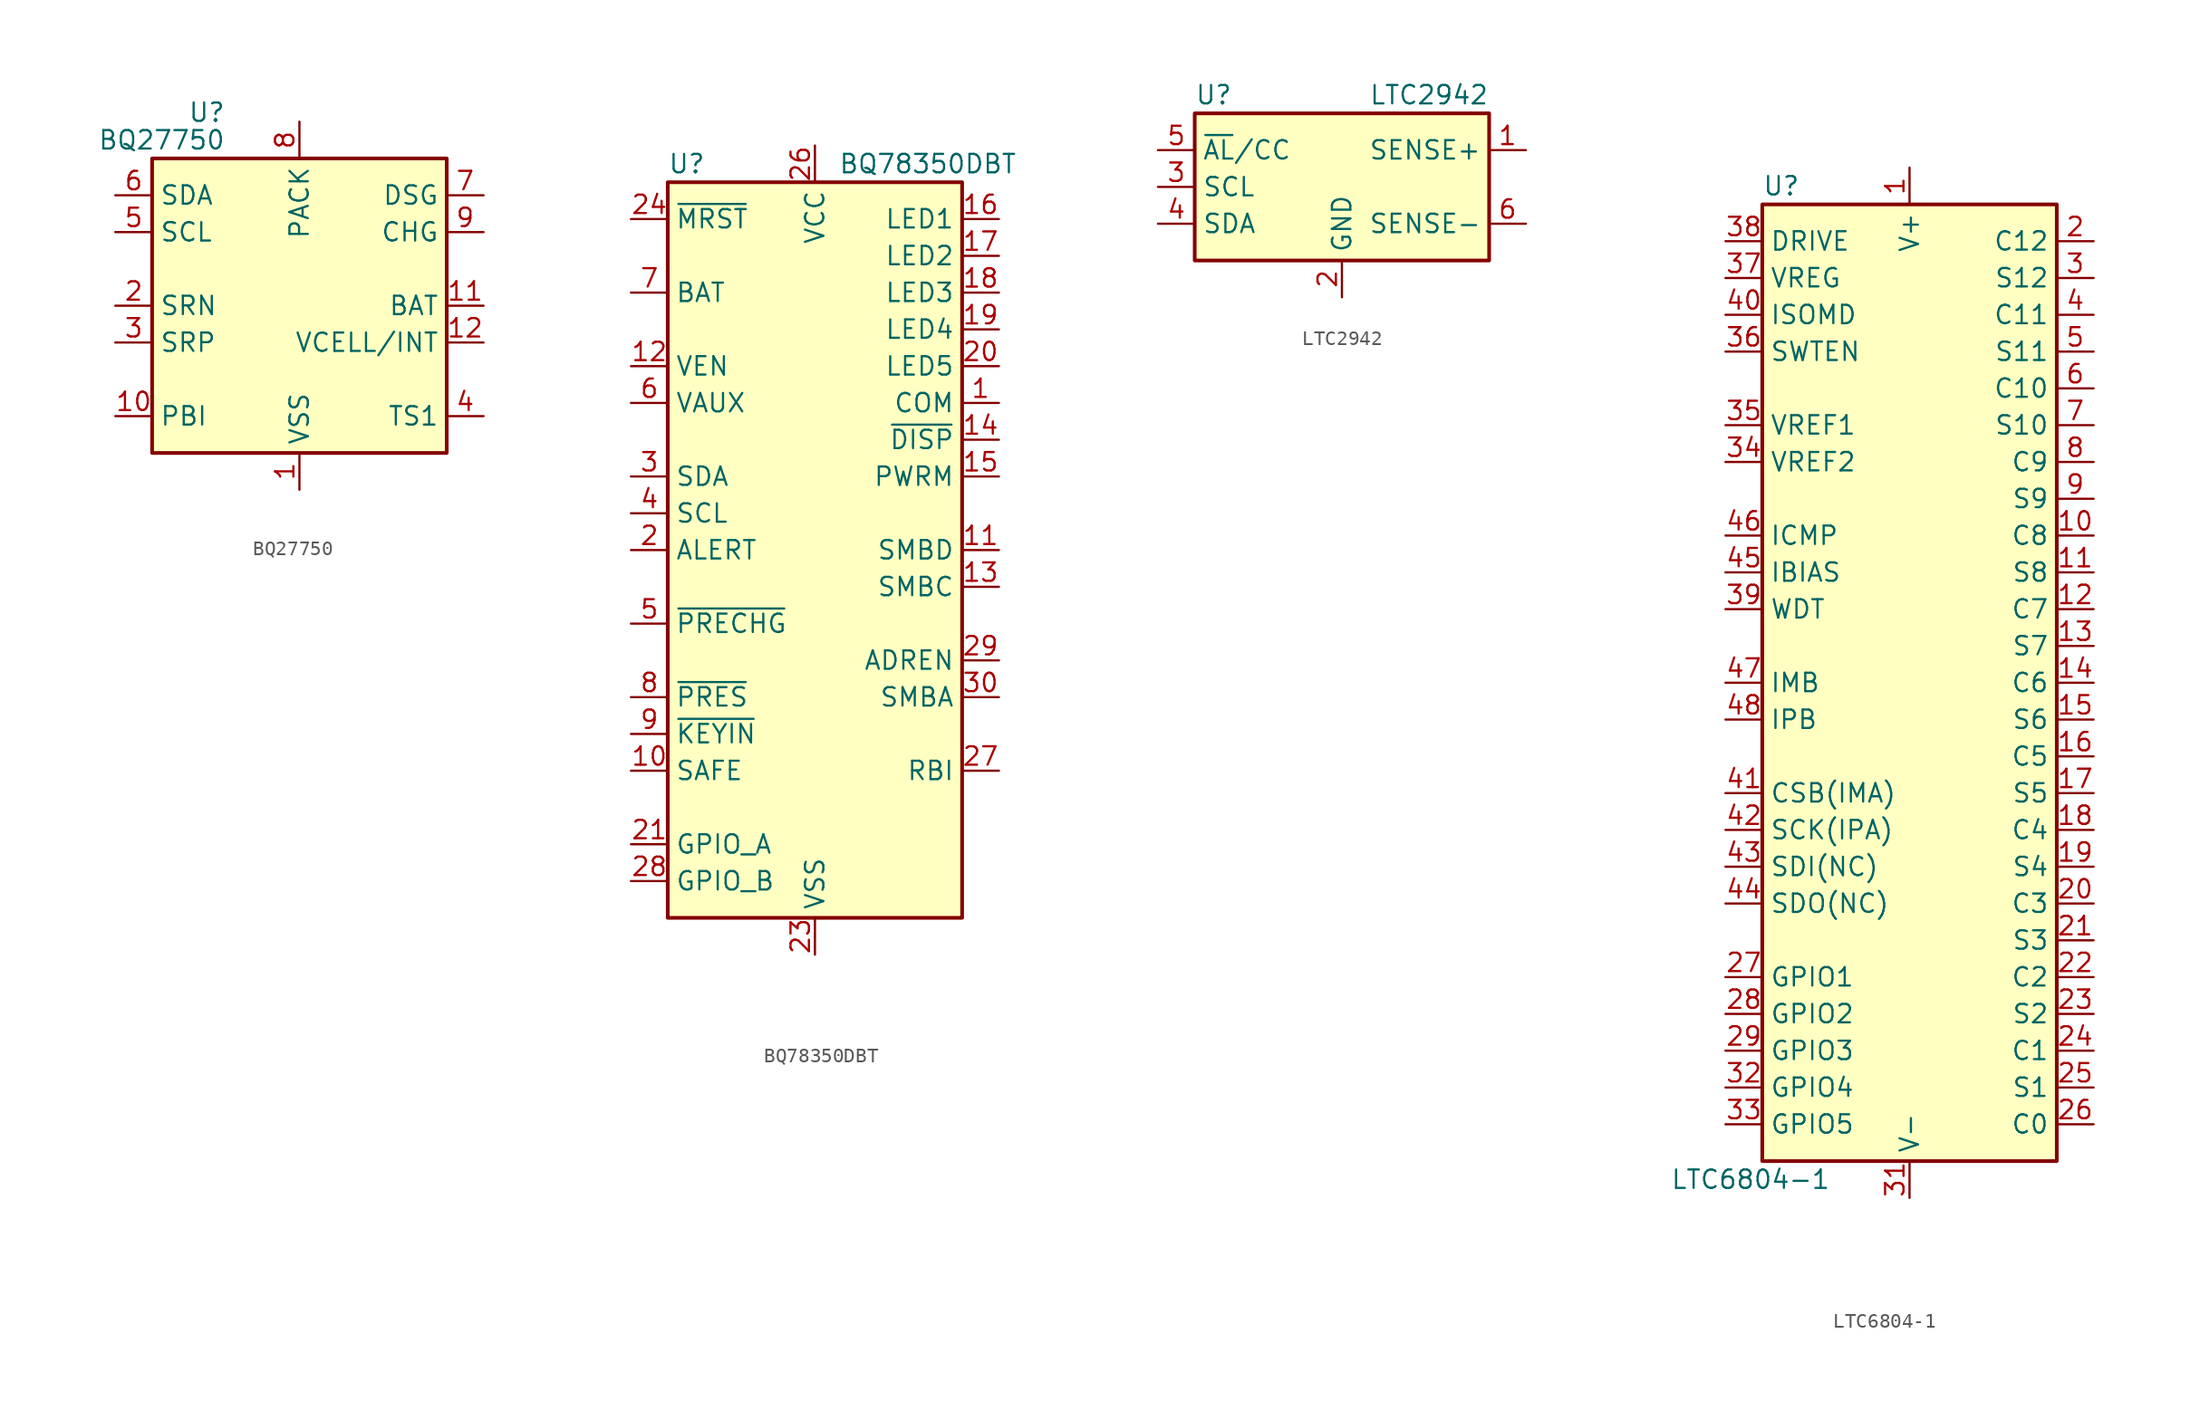
<source format=kicad_sym>
(kicad_symbol_lib
  (version 20201005)
  (generator kicad_symbol_editor)
  (symbol "Battery_Management:BQ27750"
    (property "Reference" "U"
      (at -5.08 13.335 0)
      (effects (font (size 1.27 1.27)) (justify right)))
    (property "Value" "BQ27750"
      (at -5.08 11.43 0)
      (effects (font (size 1.27 1.27)) (justify right)))
    (symbol "BQ27750_0_1"
      (rectangle (start -10.16 10.16) (end 10.16 -10.16) (stroke (width 0.254)) (fill (type background))))
    (symbol "BQ27750_1_1"
      (pin power_in line (at 0 -12.7 90) (length 2.54) (name "VSS" (effects (font (size 1.27 1.27)))) (number "1" (effects (font (size 1.27 1.27)))))
      (pin passive line (at -12.7 -7.62 0) (length 2.54) (name "PBI" (effects (font (size 1.27 1.27)))) (number "10" (effects (font (size 1.27 1.27)))))
      (pin input line (at 12.7 0 180) (length 2.54) (name "BAT" (effects (font (size 1.27 1.27)))) (number "11" (effects (font (size 1.27 1.27)))))
      (pin bidirectional line (at 12.7 -2.54 180) (length 2.54) (name "VCELL/INT" (effects (font (size 1.27 1.27)))) (number "12" (effects (font (size 1.27 1.27)))))
      (pin passive line (at 0 -12.7 90) (length 2.54) hide (name "VSS" (effects (font (size 1.27 1.27)))) (number "13" (effects (font (size 1.27 1.27)))))
      (pin input line (at -12.7 0 0) (length 2.54) (name "SRN" (effects (font (size 1.27 1.27)))) (number "2" (effects (font (size 1.27 1.27)))))
      (pin input line (at -12.7 -2.54 0) (length 2.54) (name "SRP" (effects (font (size 1.27 1.27)))) (number "3" (effects (font (size 1.27 1.27)))))
      (pin input line (at 12.7 -7.62 180) (length 2.54) (name "TS1" (effects (font (size 1.27 1.27)))) (number "4" (effects (font (size 1.27 1.27)))))
      (pin input line (at -12.7 5.08 0) (length 2.54) (name "SCL" (effects (font (size 1.27 1.27)))) (number "5" (effects (font (size 1.27 1.27)))))
      (pin bidirectional line (at -12.7 7.62 0) (length 2.54) (name "SDA" (effects (font (size 1.27 1.27)))) (number "6" (effects (font (size 1.27 1.27)))))
      (pin output line (at 12.7 7.62 180) (length 2.54) (name "DSG" (effects (font (size 1.27 1.27)))) (number "7" (effects (font (size 1.27 1.27)))))
      (pin input line (at 0 12.7 270) (length 2.54) (name "PACK" (effects (font (size 1.27 1.27)))) (number "8" (effects (font (size 1.27 1.27)))))
      (pin output line (at 12.7 5.08 180) (length 2.54) (name "CHG" (effects (font (size 1.27 1.27)))) (number "9" (effects (font (size 1.27 1.27)))))))
  (symbol "Battery_Management:BQ78350DBT"
    (property "Reference" "U"
      (at -10.16 26.67 0)
      (effects (font (size 1.27 1.27)) (justify left)))
    (property "Value" "BQ78350DBT"
      (at 13.97 26.67 0)
      (effects (font (size 1.27 1.27)) (justify right)))
    (symbol "BQ78350DBT_0_1"
      (rectangle (start -10.16 25.4) (end 10.16 -25.4) (stroke (width 0.254)) (fill (type background))))
    (symbol "BQ78350DBT_1_1"
      (pin open_collector line (at 12.7 10.16 180) (length 2.54) (name "COM" (effects (font (size 1.27 1.27)))) (number "1" (effects (font (size 1.27 1.27)))))
      (pin output line (at -12.7 -15.24 0) (length 2.54) (name "SAFE" (effects (font (size 1.27 1.27)))) (number "10" (effects (font (size 1.27 1.27)))))
      (pin bidirectional line (at 12.7 0 180) (length 2.54) (name "SMBD" (effects (font (size 1.27 1.27)))) (number "11" (effects (font (size 1.27 1.27)))))
      (pin open_collector line (at -12.7 12.7 0) (length 2.54) (name "VEN" (effects (font (size 1.27 1.27)))) (number "12" (effects (font (size 1.27 1.27)))))
      (pin bidirectional line (at 12.7 -2.54 180) (length 2.54) (name "SMBC" (effects (font (size 1.27 1.27)))) (number "13" (effects (font (size 1.27 1.27)))))
      (pin input line (at 12.7 7.62 180) (length 2.54) (name "~DISP" (effects (font (size 1.27 1.27)))) (number "14" (effects (font (size 1.27 1.27)))))
      (pin open_collector line (at 12.7 5.08 180) (length 2.54) (name "PWRM" (effects (font (size 1.27 1.27)))) (number "15" (effects (font (size 1.27 1.27)))))
      (pin output line (at 12.7 22.86 180) (length 2.54) (name "LED1" (effects (font (size 1.27 1.27)))) (number "16" (effects (font (size 1.27 1.27)))))
      (pin output line (at 12.7 20.32 180) (length 2.54) (name "LED2" (effects (font (size 1.27 1.27)))) (number "17" (effects (font (size 1.27 1.27)))))
      (pin output line (at 12.7 17.78 180) (length 2.54) (name "LED3" (effects (font (size 1.27 1.27)))) (number "18" (effects (font (size 1.27 1.27)))))
      (pin output line (at 12.7 15.24 180) (length 2.54) (name "LED4" (effects (font (size 1.27 1.27)))) (number "19" (effects (font (size 1.27 1.27)))))
      (pin bidirectional line (at -12.7 0 0) (length 2.54) (name "ALERT" (effects (font (size 1.27 1.27)))) (number "2" (effects (font (size 1.27 1.27)))))
      (pin output line (at 12.7 12.7 180) (length 2.54) (name "LED5" (effects (font (size 1.27 1.27)))) (number "20" (effects (font (size 1.27 1.27)))))
      (pin bidirectional line (at -12.7 -20.32 0) (length 2.54) (name "GPIO_A" (effects (font (size 1.27 1.27)))) (number "21" (effects (font (size 1.27 1.27)))))
      (pin passive line (at 0 -27.94 90) (length 2.54) hide (name "VSS" (effects (font (size 1.27 1.27)))) (number "22" (effects (font (size 1.27 1.27)))))
      (pin power_in line (at 0 -27.94 90) (length 2.54) (name "VSS" (effects (font (size 1.27 1.27)))) (number "23" (effects (font (size 1.27 1.27)))))
      (pin input line (at -12.7 22.86 0) (length 2.54) (name "~MRST" (effects (font (size 1.27 1.27)))) (number "24" (effects (font (size 1.27 1.27)))))
      (pin passive line (at 0 -27.94 90) (length 2.54) hide (name "VSS" (effects (font (size 1.27 1.27)))) (number "25" (effects (font (size 1.27 1.27)))))
      (pin power_in line (at 0 27.94 270) (length 2.54) (name "VCC" (effects (font (size 1.27 1.27)))) (number "26" (effects (font (size 1.27 1.27)))))
      (pin passive line (at 12.7 -15.24 180) (length 2.54) (name "RBI" (effects (font (size 1.27 1.27)))) (number "27" (effects (font (size 1.27 1.27)))))
      (pin bidirectional line (at -12.7 -22.86 0) (length 2.54) (name "GPIO_B" (effects (font (size 1.27 1.27)))) (number "28" (effects (font (size 1.27 1.27)))))
      (pin output line (at 12.7 -7.62 180) (length 2.54) (name "ADREN" (effects (font (size 1.27 1.27)))) (number "29" (effects (font (size 1.27 1.27)))))
      (pin bidirectional line (at -12.7 5.08 0) (length 2.54) (name "SDA" (effects (font (size 1.27 1.27)))) (number "3" (effects (font (size 1.27 1.27)))))
      (pin input line (at 12.7 -10.16 180) (length 2.54) (name "SMBA" (effects (font (size 1.27 1.27)))) (number "30" (effects (font (size 1.27 1.27)))))
      (pin output line (at -12.7 2.54 0) (length 2.54) (name "SCL" (effects (font (size 1.27 1.27)))) (number "4" (effects (font (size 1.27 1.27)))))
      (pin output line (at -12.7 -5.08 0) (length 2.54) (name "~PRECHG" (effects (font (size 1.27 1.27)))) (number "5" (effects (font (size 1.27 1.27)))))
      (pin input line (at -12.7 10.16 0) (length 2.54) (name "VAUX" (effects (font (size 1.27 1.27)))) (number "6" (effects (font (size 1.27 1.27)))))
      (pin input line (at -12.7 17.78 0) (length 2.54) (name "BAT" (effects (font (size 1.27 1.27)))) (number "7" (effects (font (size 1.27 1.27)))))
      (pin input line (at -12.7 -10.16 0) (length 2.54) (name "~PRES" (effects (font (size 1.27 1.27)))) (number "8" (effects (font (size 1.27 1.27)))))
      (pin input line (at -12.7 -12.7 0) (length 2.54) (name "~KEYIN" (effects (font (size 1.27 1.27)))) (number "9" (effects (font (size 1.27 1.27)))))))
  (symbol "Battery_Management:LTC2942"
    (property "Reference" "U"
      (at -10.16 6.35 0)
      (effects (font (size 1.27 1.27)) (justify left)))
    (property "Value" "LTC2942"
      (at 10.16 6.35 0)
      (effects (font (size 1.27 1.27)) (justify right)))
    (symbol "LTC2942_0_1"
      (rectangle (start -10.16 5.08) (end 10.16 -5.08) (stroke (width 0.254)) (fill (type background))))
    (symbol "LTC2942_1_1"
      (pin passive line (at 12.7 2.54 180) (length 2.54) (name "SENSE+" (effects (font (size 1.27 1.27)))) (number "1" (effects (font (size 1.27 1.27)))))
      (pin power_in line (at 0 -7.62 90) (length 2.54) (name "GND" (effects (font (size 1.27 1.27)))) (number "2" (effects (font (size 1.27 1.27)))))
      (pin input line (at -12.7 0 0) (length 2.54) (name "SCL" (effects (font (size 1.27 1.27)))) (number "3" (effects (font (size 1.27 1.27)))))
      (pin bidirectional line (at -12.7 -2.54 0) (length 2.54) (name "SDA" (effects (font (size 1.27 1.27)))) (number "4" (effects (font (size 1.27 1.27)))))
      (pin bidirectional line (at -12.7 2.54 0) (length 2.54) (name "~AL~/CC" (effects (font (size 1.27 1.27)))) (number "5" (effects (font (size 1.27 1.27)))))
      (pin passive line (at 12.7 -2.54 180) (length 2.54) (name "SENSE-" (effects (font (size 1.27 1.27)))) (number "6" (effects (font (size 1.27 1.27)))))))
  (symbol "Battery_Management:LTC6804-1"
    (property "Reference" "U"
      (at -10.16 34.29 0)
      (effects (font (size 1.27 1.27)) (justify left)))
    (property "Value" "LTC6804-1"
      (at -16.51 -34.29 0)
      (effects (font (size 1.27 1.27)) (justify left)))
    (symbol "LTC6804-1_0_1"
      (rectangle (start 10.16 -33.02) (end -10.16 33.02) (stroke (width 0.254)) (fill (type background))))
    (symbol "LTC6804-1_1_1"
      (pin power_in line (at 0 35.56 270) (length 2.54) (name "V+" (effects (font (size 1.27 1.27)))) (number "1" (effects (font (size 1.27 1.27)))))
      (pin input line (at 12.7 10.16 180) (length 2.54) (name "C8" (effects (font (size 1.27 1.27)))) (number "10" (effects (font (size 1.27 1.27)))))
      (pin bidirectional line (at 12.7 7.62 180) (length 2.54) (name "S8" (effects (font (size 1.27 1.27)))) (number "11" (effects (font (size 1.27 1.27)))))
      (pin input line (at 12.7 5.08 180) (length 2.54) (name "C7" (effects (font (size 1.27 1.27)))) (number "12" (effects (font (size 1.27 1.27)))))
      (pin bidirectional line (at 12.7 2.54 180) (length 2.54) (name "S7" (effects (font (size 1.27 1.27)))) (number "13" (effects (font (size 1.27 1.27)))))
      (pin input line (at 12.7 0 180) (length 2.54) (name "C6" (effects (font (size 1.27 1.27)))) (number "14" (effects (font (size 1.27 1.27)))))
      (pin bidirectional line (at 12.7 -2.54 180) (length 2.54) (name "S6" (effects (font (size 1.27 1.27)))) (number "15" (effects (font (size 1.27 1.27)))))
      (pin input line (at 12.7 -5.08 180) (length 2.54) (name "C5" (effects (font (size 1.27 1.27)))) (number "16" (effects (font (size 1.27 1.27)))))
      (pin bidirectional line (at 12.7 -7.62 180) (length 2.54) (name "S5" (effects (font (size 1.27 1.27)))) (number "17" (effects (font (size 1.27 1.27)))))
      (pin input line (at 12.7 -10.16 180) (length 2.54) (name "C4" (effects (font (size 1.27 1.27)))) (number "18" (effects (font (size 1.27 1.27)))))
      (pin bidirectional line (at 12.7 -12.7 180) (length 2.54) (name "S4" (effects (font (size 1.27 1.27)))) (number "19" (effects (font (size 1.27 1.27)))))
      (pin input line (at 12.7 30.48 180) (length 2.54) (name "C12" (effects (font (size 1.27 1.27)))) (number "2" (effects (font (size 1.27 1.27)))))
      (pin input line (at 12.7 -15.24 180) (length 2.54) (name "C3" (effects (font (size 1.27 1.27)))) (number "20" (effects (font (size 1.27 1.27)))))
      (pin bidirectional line (at 12.7 -17.78 180) (length 2.54) (name "S3" (effects (font (size 1.27 1.27)))) (number "21" (effects (font (size 1.27 1.27)))))
      (pin input line (at 12.7 -20.32 180) (length 2.54) (name "C2" (effects (font (size 1.27 1.27)))) (number "22" (effects (font (size 1.27 1.27)))))
      (pin bidirectional line (at 12.7 -22.86 180) (length 2.54) (name "S2" (effects (font (size 1.27 1.27)))) (number "23" (effects (font (size 1.27 1.27)))))
      (pin input line (at 12.7 -25.4 180) (length 2.54) (name "C1" (effects (font (size 1.27 1.27)))) (number "24" (effects (font (size 1.27 1.27)))))
      (pin bidirectional line (at 12.7 -27.94 180) (length 2.54) (name "S1" (effects (font (size 1.27 1.27)))) (number "25" (effects (font (size 1.27 1.27)))))
      (pin input line (at 12.7 -30.48 180) (length 2.54) (name "C0" (effects (font (size 1.27 1.27)))) (number "26" (effects (font (size 1.27 1.27)))))
      (pin bidirectional line (at -12.7 -20.32 0) (length 2.54) (name "GPIO1" (effects (font (size 1.27 1.27)))) (number "27" (effects (font (size 1.27 1.27)))))
      (pin bidirectional line (at -12.7 -22.86 0) (length 2.54) (name "GPIO2" (effects (font (size 1.27 1.27)))) (number "28" (effects (font (size 1.27 1.27)))))
      (pin bidirectional line (at -12.7 -25.4 0) (length 2.54) (name "GPIO3" (effects (font (size 1.27 1.27)))) (number "29" (effects (font (size 1.27 1.27)))))
      (pin bidirectional line (at 12.7 27.94 180) (length 2.54) (name "S12" (effects (font (size 1.27 1.27)))) (number "3" (effects (font (size 1.27 1.27)))))
      (pin passive line (at 0 -35.56 90) (length 2.54) hide (name "V-" (effects (font (size 1.27 1.27)))) (number "30" (effects (font (size 1.27 1.27)))))
      (pin passive line (at 0 -35.56 90) (length 2.54) (name "V-" (effects (font (size 1.27 1.27)))) (number "31" (effects (font (size 1.27 1.27)))))
      (pin bidirectional line (at -12.7 -27.94 0) (length 2.54) (name "GPIO4" (effects (font (size 1.27 1.27)))) (number "32" (effects (font (size 1.27 1.27)))))
      (pin bidirectional line (at -12.7 -30.48 0) (length 2.54) (name "GPIO5" (effects (font (size 1.27 1.27)))) (number "33" (effects (font (size 1.27 1.27)))))
      (pin output line (at -12.7 15.24 0) (length 2.54) (name "VREF2" (effects (font (size 1.27 1.27)))) (number "34" (effects (font (size 1.27 1.27)))))
      (pin output line (at -12.7 17.78 0) (length 2.54) (name "VREF1" (effects (font (size 1.27 1.27)))) (number "35" (effects (font (size 1.27 1.27)))))
      (pin input line (at -12.7 22.86 0) (length 2.54) (name "SWTEN" (effects (font (size 1.27 1.27)))) (number "36" (effects (font (size 1.27 1.27)))))
      (pin input line (at -12.7 27.94 0) (length 2.54) (name "VREG" (effects (font (size 1.27 1.27)))) (number "37" (effects (font (size 1.27 1.27)))))
      (pin output line (at -12.7 30.48 0) (length 2.54) (name "DRIVE" (effects (font (size 1.27 1.27)))) (number "38" (effects (font (size 1.27 1.27)))))
      (pin output line (at -12.7 5.08 0) (length 2.54) (name "WDT" (effects (font (size 1.27 1.27)))) (number "39" (effects (font (size 1.27 1.27)))))
      (pin input line (at 12.7 25.4 180) (length 2.54) (name "C11" (effects (font (size 1.27 1.27)))) (number "4" (effects (font (size 1.27 1.27)))))
      (pin input line (at -12.7 25.4 0) (length 2.54) (name "ISOMD" (effects (font (size 1.27 1.27)))) (number "40" (effects (font (size 1.27 1.27)))))
      (pin bidirectional line (at -12.7 -7.62 0) (length 2.54) (name "CSB(IMA)" (effects (font (size 1.27 1.27)))) (number "41" (effects (font (size 1.27 1.27)))))
      (pin bidirectional line (at -12.7 -10.16 0) (length 2.54) (name "SCK(IPA)" (effects (font (size 1.27 1.27)))) (number "42" (effects (font (size 1.27 1.27)))))
      (pin input line (at -12.7 -12.7 0) (length 2.54) (name "SDI(NC)" (effects (font (size 1.27 1.27)))) (number "43" (effects (font (size 1.27 1.27)))))
      (pin open_collector line (at -12.7 -15.24 0) (length 2.54) (name "SDO(NC)" (effects (font (size 1.27 1.27)))) (number "44" (effects (font (size 1.27 1.27)))))
      (pin passive line (at -12.7 7.62 0) (length 2.54) (name "IBIAS" (effects (font (size 1.27 1.27)))) (number "45" (effects (font (size 1.27 1.27)))))
      (pin passive line (at -12.7 10.16 0) (length 2.54) (name "ICMP" (effects (font (size 1.27 1.27)))) (number "46" (effects (font (size 1.27 1.27)))))
      (pin bidirectional line (at -12.7 0 0) (length 2.54) (name "IMB" (effects (font (size 1.27 1.27)))) (number "47" (effects (font (size 1.27 1.27)))))
      (pin bidirectional line (at -12.7 -2.54 0) (length 2.54) (name "IPB" (effects (font (size 1.27 1.27)))) (number "48" (effects (font (size 1.27 1.27)))))
      (pin bidirectional line (at 12.7 22.86 180) (length 2.54) (name "S11" (effects (font (size 1.27 1.27)))) (number "5" (effects (font (size 1.27 1.27)))))
      (pin input line (at 12.7 20.32 180) (length 2.54) (name "C10" (effects (font (size 1.27 1.27)))) (number "6" (effects (font (size 1.27 1.27)))))
      (pin bidirectional line (at 12.7 17.78 180) (length 2.54) (name "S10" (effects (font (size 1.27 1.27)))) (number "7" (effects (font (size 1.27 1.27)))))
      (pin input line (at 12.7 15.24 180) (length 2.54) (name "C9" (effects (font (size 1.27 1.27)))) (number "8" (effects (font (size 1.27 1.27)))))
      (pin bidirectional line (at 12.7 12.7 180) (length 2.54) (name "S9" (effects (font (size 1.27 1.27)))) (number "9" (effects (font (size 1.27 1.27))))))))
</source>
